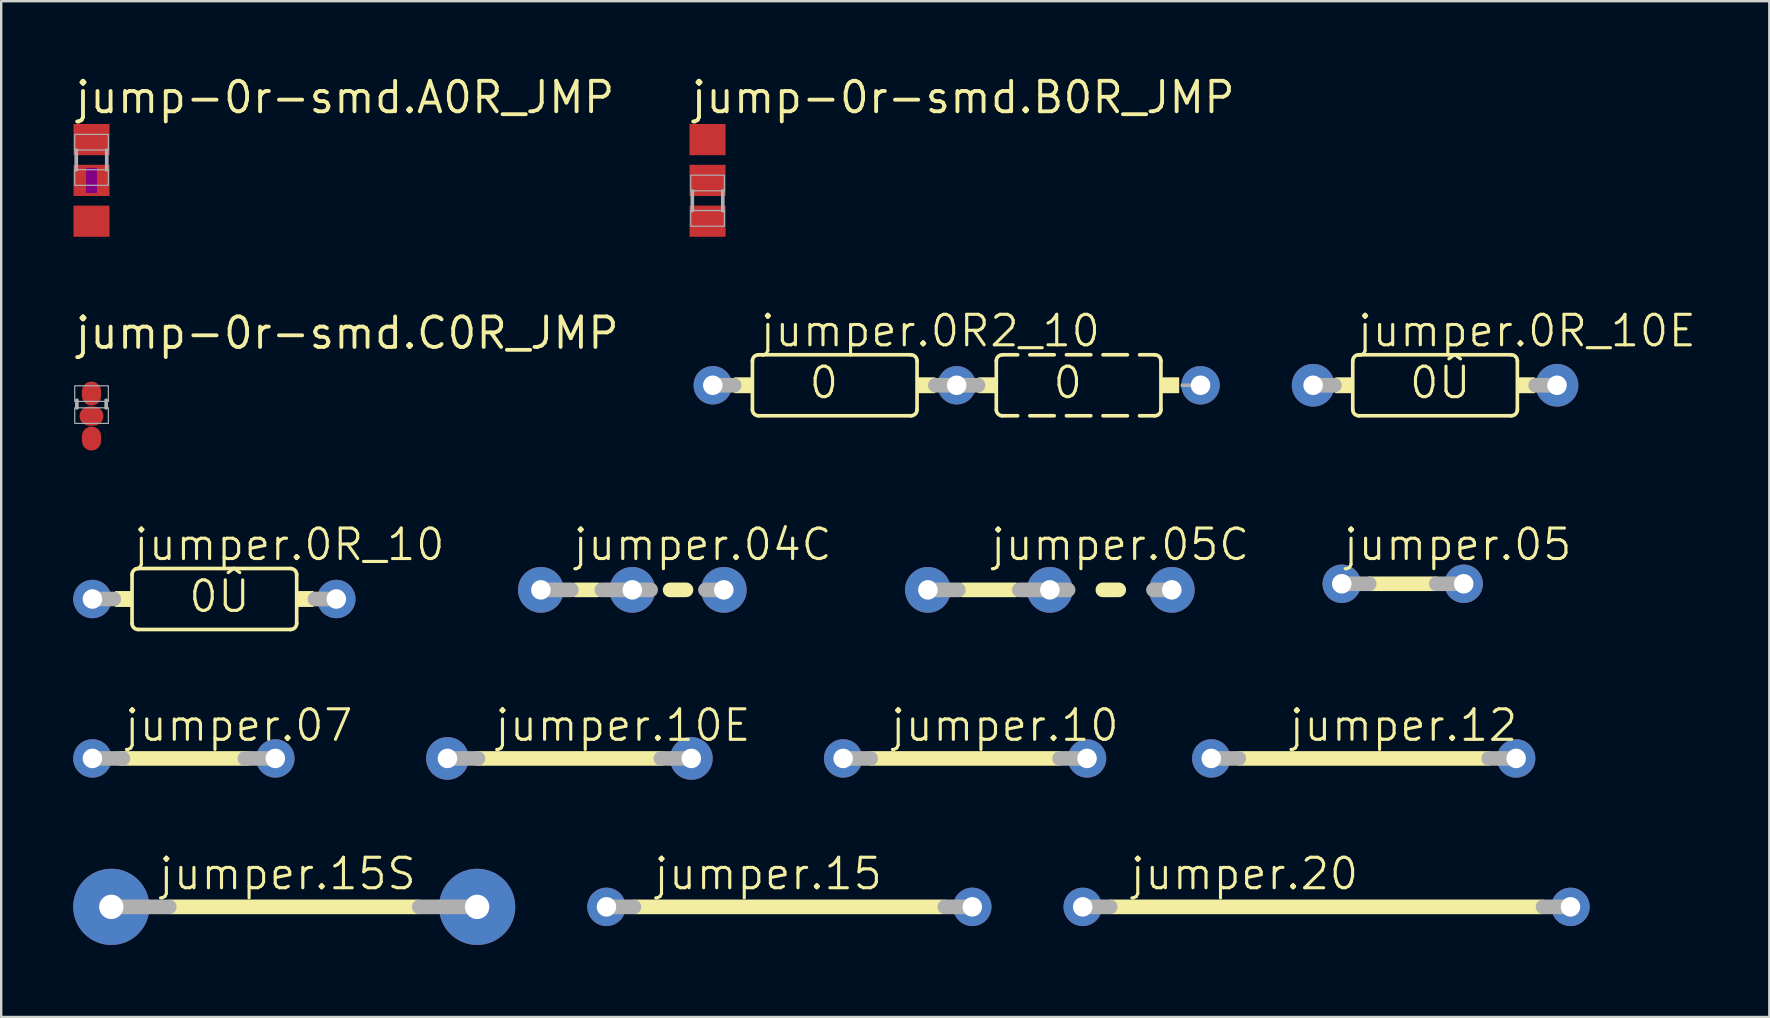
<source format=kicad_pcb>
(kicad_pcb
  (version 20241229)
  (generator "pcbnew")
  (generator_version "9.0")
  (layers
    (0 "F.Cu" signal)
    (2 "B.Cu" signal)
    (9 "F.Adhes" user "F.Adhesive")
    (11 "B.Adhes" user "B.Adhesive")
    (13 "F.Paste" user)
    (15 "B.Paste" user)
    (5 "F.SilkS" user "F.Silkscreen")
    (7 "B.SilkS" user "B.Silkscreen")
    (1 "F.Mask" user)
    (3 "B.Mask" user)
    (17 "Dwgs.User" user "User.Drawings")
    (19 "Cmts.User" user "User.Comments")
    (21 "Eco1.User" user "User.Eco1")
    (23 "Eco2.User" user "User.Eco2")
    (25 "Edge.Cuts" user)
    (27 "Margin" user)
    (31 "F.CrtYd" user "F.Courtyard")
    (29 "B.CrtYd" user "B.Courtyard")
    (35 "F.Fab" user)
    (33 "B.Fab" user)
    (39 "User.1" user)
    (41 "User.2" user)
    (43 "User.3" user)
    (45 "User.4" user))
  (footprint "jump-0r-smd.B0R_JMP"
    (layer "F.Cu")
    (at 26.425 4.466)
    (property "Reference" "jump-0r-smd.B0R_JMP" (at -0.762 -2.716 0) (layer "F.SilkS") (effects (font (size 1.27 1.27) (thickness 0.16)) (justify left bottom)))
    (attr smd)
    (fp_line (start -0.635 0.44) (end -0.635 1.26) (stroke (width 0.152) (type default)) (layer "F.Fab"))
    (fp_line (start 0.635 1.26) (end 0.635 0.44) (stroke (width 0.152) (type default)) (layer "F.Fab"))
    (fp_rect (start -0.699 0.433) (end 0.702 -0.217) (stroke (width 0.05) (type default)) (fill no) (layer "F.Fab"))
    (fp_rect (start -0.699 1.906) (end 0.702 1.256) (stroke (width 0.05) (type default)) (fill no) (layer "F.Fab"))
    (pad "1" smd roundrect (at 0 -1.7 270) (size 1.3 1.5) (layers "F.Cu" "F.Mask" "F.Paste") (roundrect_rratio 0.01))
    (pad "2" smd roundrect (at 0 0 270) (size 1.3 1.5) (layers "F.Cu" "F.Mask" "F.Paste") (roundrect_rratio 0.01))
    (pad "3" smd roundrect (at 0 1.7 270) (size 1.3 1.5) (layers "F.Cu" "F.Mask" "F.Paste") (roundrect_rratio 0.01)))
  (footprint "jumper.04C"
    (layer "F.Cu")
    (at 21.387 21.523)
    (property "Reference" "jumper.04C" (at -0.635 -1.143 0) (layer "F.SilkS") (effects (font (size 1.27 1.27) (thickness 0.13)) (justify left bottom)))
    (attr through_hole)
    (fp_line (start -0.457 0) (end 0.457 0) (stroke (width 0.61) (type default)) (layer "F.SilkS"))
    (fp_line (start 3.48 0) (end 4.14 0) (stroke (width 0.61) (type default)) (layer "F.SilkS"))
    (fp_line (start -1.905 0) (end -0.635 0) (stroke (width 0.61) (type default)) (layer "F.Fab"))
    (fp_line (start 1.905 0) (end 0.635 0) (stroke (width 0.61) (type default)) (layer "F.Fab"))
    (fp_line (start 2.667 0) (end 2.032 0) (stroke (width 0.61) (type default)) (layer "F.Fab"))
    (fp_line (start 5.715 0) (end 4.953 0) (stroke (width 0.61) (type default)) (layer "F.Fab"))
    (pad "1" thru_hole circle (at -1.905 0) (size 1.905 1.905) (drill 0.813) (layers "*.Cu" "*.Mask"))
    (pad "2" thru_hole circle (at 1.905 0) (size 1.905 1.905) (drill 0.813) (layers "*.Cu" "*.Mask"))
    (pad "3" thru_hole circle (at 5.715 0) (size 1.905 1.905) (drill 0.813) (layers "*.Cu" "*.Mask")))
  (footprint "jumper.0R2_10"
    (layer "F.Cu")
    (at 31.724 13)
    (property "Reference" "jumper.0R2_10" (at -3.175 -1.524 0) (layer "F.SilkS") (effects (font (size 1.27 1.27) (thickness 0.13)) (justify left bottom)))
    (attr through_hole)
    (fp_line (start -3.429 -1.016) (end -3.429 1.016) (stroke (width 0.152) (type default)) (layer "F.SilkS"))
    (fp_line (start -3.175 -1.27) (end 3.175 -1.27) (stroke (width 0.152) (type default)) (layer "F.SilkS"))
    (fp_line (start 3.175 1.27) (end -3.175 1.27) (stroke (width 0.152) (type default)) (layer "F.SilkS"))
    (fp_line (start 3.429 -1.016) (end 3.429 1.016) (stroke (width 0.152) (type default)) (layer "F.SilkS"))
    (fp_line (start 6.731 -1.016) (end 6.731 1.016) (stroke (width 0.152) (type default)) (layer "F.SilkS"))
    (fp_line (start 6.985 -1.27) (end 7.62 -1.27) (stroke (width 0.152) (type default)) (layer "F.SilkS"))
    (fp_line (start 6.985 1.27) (end 7.62 1.27) (stroke (width 0.152) (type default)) (layer "F.SilkS"))
    (fp_line (start 9.144 -1.27) (end 8.128 -1.27) (stroke (width 0.152) (type default)) (layer "F.SilkS"))
    (fp_line (start 9.144 1.27) (end 8.128 1.27) (stroke (width 0.152) (type default)) (layer "F.SilkS"))
    (fp_line (start 10.668 -1.27) (end 9.652 -1.27) (stroke (width 0.152) (type default)) (layer "F.SilkS"))
    (fp_line (start 10.668 1.27) (end 9.652 1.27) (stroke (width 0.152) (type default)) (layer "F.SilkS"))
    (fp_line (start 12.192 -1.27) (end 11.176 -1.27) (stroke (width 0.152) (type default)) (layer "F.SilkS"))
    (fp_line (start 12.192 1.27) (end 11.176 1.27) (stroke (width 0.152) (type default)) (layer "F.SilkS"))
    (fp_line (start 13.335 -1.27) (end 12.7 -1.27) (stroke (width 0.152) (type default)) (layer "F.SilkS"))
    (fp_line (start 13.335 1.27) (end 12.7 1.27) (stroke (width 0.152) (type default)) (layer "F.SilkS"))
    (fp_line (start 13.589 -1.016) (end 13.589 1.016) (stroke (width 0.152) (type default)) (layer "F.SilkS"))
    (fp_rect (start -4.166 0.305) (end -3.429 -0.305) (stroke (width 0.05) (type default)) (fill yes) (layer "F.SilkS"))
    (fp_rect (start 3.429 0.305) (end 4.166 -0.305) (stroke (width 0.05) (type default)) (fill yes) (layer "F.SilkS"))
    (fp_rect (start 5.994 0.305) (end 6.731 -0.305) (stroke (width 0.05) (type default)) (fill yes) (layer "F.SilkS"))
    (fp_rect (start 13.589 0.305) (end 14.326 -0.305) (stroke (width 0.05) (type default)) (fill yes) (layer "F.SilkS"))
    (fp_arc (start -3.429 -1.016) (mid -3.354605 -1.195605) (end -3.175 -1.27) (stroke (width 0.1524) (type default)) (layer "F.SilkS"))
    (fp_arc (start -3.175 1.27) (mid -3.354605 1.195605) (end -3.429 1.016) (stroke (width 0.1524) (type default)) (layer "F.SilkS"))
    (fp_arc (start 3.175 -1.27) (mid 3.354605 -1.195605) (end 3.429 -1.016) (stroke (width 0.1524) (type default)) (layer "F.SilkS"))
    (fp_arc (start 3.429 1.016) (mid 3.354605 1.195605) (end 3.175 1.27) (stroke (width 0.1524) (type default)) (layer "F.SilkS"))
    (fp_arc (start 6.731 -1.016) (mid 6.805395 -1.195605) (end 6.985 -1.27) (stroke (width 0.1524) (type default)) (layer "F.SilkS"))
    (fp_arc (start 6.985 1.27) (mid 6.805395 1.195605) (end 6.731 1.016) (stroke (width 0.1524) (type default)) (layer "F.SilkS"))
    (fp_arc (start 13.335 -1.27) (mid 13.514605 -1.195605) (end 13.589 -1.016) (stroke (width 0.1524) (type default)) (layer "F.SilkS"))
    (fp_arc (start 13.589 1.016) (mid 13.514605 1.195605) (end 13.335 1.27) (stroke (width 0.1524) (type default)) (layer "F.SilkS"))
    (fp_line (start -5.08 0) (end -4.191 0) (stroke (width 0.61) (type default)) (layer "F.Fab"))
    (fp_line (start 5.969 0) (end 4.191 0) (stroke (width 0.61) (type default)) (layer "F.Fab"))
    (fp_line (start 15.24 0) (end 14.478 0) (stroke (width 0.152) (type default)) (layer "F.Fab"))
    (fp_text user "0" (at -1.143 0.635 0) (layer "F.SilkS") (effects (font (size 1.27 1.27) (thickness 0.13)) (justify left bottom)))
    (fp_text user "0" (at 9.017 0.635 0) (layer "F.SilkS") (effects (font (size 1.27 1.27) (thickness 0.13)) (justify left bottom)))
    (pad "1" thru_hole circle (at -5.08 0) (size 1.6 1.6) (drill 0.813) (layers "*.Cu" "*.Mask"))
    (pad "2" thru_hole circle (at 5.08 0) (size 1.6 1.6) (drill 0.813) (layers "*.Cu" "*.Mask"))
    (pad "3" thru_hole circle (at 15.24 0) (size 1.6 1.6) (drill 0.813) (layers "*.Cu" "*.Mask")))
  (footprint "jump-0r-smd.A0R_JMP"
    (layer "F.Cu")
    (at 0.762 4.466)
    (property "Reference" "jump-0r-smd.A0R_JMP" (at -0.762 -2.716 0) (layer "F.SilkS") (effects (font (size 1.27 1.27) (thickness 0.16)) (justify left bottom)))
    (attr smd)
    (fp_rect (start -0.2 0.5) (end 0.2 -0.5) (stroke (width 0.05) (type default)) (fill yes) (layer "F.Adhes"))
    (fp_line (start -0.635 -1.26) (end -0.635 -0.44) (stroke (width 0.152) (type default)) (layer "F.Fab"))
    (fp_line (start 0.635 -1.26) (end 0.635 -0.44) (stroke (width 0.152) (type default)) (layer "F.Fab"))
    (fp_rect (start -0.699 -1.267) (end 0.702 -1.917) (stroke (width 0.05) (type default)) (fill no) (layer "F.Fab"))
    (fp_rect (start -0.699 0.206) (end 0.702 -0.444) (stroke (width 0.05) (type default)) (fill no) (layer "F.Fab"))
    (pad "1" smd roundrect (at 0 -1.7 270) (size 1.3 1.5) (layers "F.Cu" "F.Mask" "F.Paste") (roundrect_rratio 0.01))
    (pad "2" smd roundrect (at 0 0 270) (size 1.3 1.5) (layers "F.Cu" "F.Mask" "F.Paste") (roundrect_rratio 0.01))
    (pad "3" smd roundrect (at 0 1.7 270) (size 1.3 1.5) (layers "F.Cu" "F.Mask" "F.Paste") (roundrect_rratio 0.01)))
  (footprint "jumper.05C"
    (layer "F.Cu")
    (at 38.145 21.523)
    (property "Reference" "jumper.05C" (at 0 -1.143 0) (layer "F.SilkS") (effects (font (size 1.27 1.27) (thickness 0.13)) (justify left bottom)))
    (attr through_hole)
    (fp_line (start -1.092 0) (end 1.092 0) (stroke (width 0.61) (type default)) (layer "F.SilkS"))
    (fp_line (start 4.75 0) (end 5.41 0) (stroke (width 0.61) (type default)) (layer "F.SilkS"))
    (fp_line (start -2.54 0) (end -1.27 0) (stroke (width 0.61) (type default)) (layer "F.Fab"))
    (fp_line (start 2.54 0) (end 1.27 0) (stroke (width 0.61) (type default)) (layer "F.Fab"))
    (fp_line (start 3.302 0) (end 2.667 0) (stroke (width 0.61) (type default)) (layer "F.Fab"))
    (fp_line (start 7.62 0) (end 6.858 0) (stroke (width 0.61) (type default)) (layer "F.Fab"))
    (pad "1" thru_hole circle (at -2.54 0) (size 1.905 1.905) (drill 0.813) (layers "*.Cu" "*.Mask"))
    (pad "2" thru_hole circle (at 2.54 0) (size 1.905 1.905) (drill 0.813) (layers "*.Cu" "*.Mask"))
    (pad "3" thru_hole circle (at 7.62 0) (size 1.905 1.905) (drill 0.813) (layers "*.Cu" "*.Mask")))
  (footprint "jumper.10E"
    (layer "F.Cu")
    (at 20.67 28.545)
    (property "Reference" "jumper.10E" (at -3.175 -0.635 0) (layer "F.SilkS") (effects (font (size 1.27 1.27) (thickness 0.13)) (justify left bottom)))
    (attr through_hole)
    (fp_line (start -3.81 0) (end 3.81 0) (stroke (width 0.61) (type default)) (layer "F.SilkS"))
    (fp_line (start -5.08 0) (end -3.81 0) (stroke (width 0.61) (type default)) (layer "F.Fab"))
    (fp_line (start 5.08 0) (end 3.81 0) (stroke (width 0.61) (type default)) (layer "F.Fab"))
    (pad "1" thru_hole circle (at -5.08 0) (size 1.778 1.778) (drill 0.813) (layers "*.Cu" "*.Mask"))
    (pad "2" thru_hole circle (at 5.08 0) (size 1.778 1.778) (drill 0.813) (layers "*.Cu" "*.Mask")))
  (footprint "jumper.05"
    (layer "F.Cu")
    (at 55.386 21.269)
    (property "Reference" "jumper.05" (at -2.54 -0.889 0) (layer "F.SilkS") (effects (font (size 1.27 1.27) (thickness 0.13)) (justify left bottom)))
    (attr through_hole)
    (fp_line (start -1.346 0) (end 1.346 0) (stroke (width 0.61) (type default)) (layer "F.SilkS"))
    (fp_line (start -2.54 0) (end -1.397 0) (stroke (width 0.61) (type default)) (layer "F.Fab"))
    (fp_line (start 2.54 0) (end 1.397 0) (stroke (width 0.61) (type default)) (layer "F.Fab"))
    (pad "1" thru_hole circle (at -2.54 0) (size 1.6 1.6) (drill 0.813) (layers "*.Cu" "*.Mask"))
    (pad "2" thru_hole circle (at 2.54 0) (size 1.6 1.6) (drill 0.813) (layers "*.Cu" "*.Mask")))
  (footprint "jumper.07"
    (layer "F.Cu")
    (at 4.61 28.545)
    (property "Reference" "jumper.07" (at -2.54 -0.635 0) (layer "F.SilkS") (effects (font (size 1.27 1.27) (thickness 0.13)) (justify left bottom)))
    (attr through_hole)
    (fp_line (start -2.616 0) (end 2.616 0) (stroke (width 0.61) (type default)) (layer "F.SilkS"))
    (fp_line (start -3.81 0) (end -2.54 0) (stroke (width 0.61) (type default)) (layer "F.Fab"))
    (fp_line (start 3.81 0) (end 2.54 0) (stroke (width 0.61) (type default)) (layer "F.Fab"))
    (pad "1" thru_hole circle (at -3.81 0) (size 1.6 1.6) (drill 0.813) (layers "*.Cu" "*.Mask"))
    (pad "2" thru_hole circle (at 3.81 0) (size 1.6 1.6) (drill 0.813) (layers "*.Cu" "*.Mask")))
  (footprint "jumper.15"
    (layer "F.Cu")
    (at 29.835 34.729)
    (property "Reference" "jumper.15" (at -5.715 -0.635 0) (layer "F.SilkS") (effects (font (size 1.27 1.27) (thickness 0.13)) (justify left bottom)))
    (attr through_hole)
    (fp_line (start -6.426 0) (end 6.426 0) (stroke (width 0.61) (type default)) (layer "F.SilkS"))
    (fp_line (start -7.62 0) (end -6.477 0) (stroke (width 0.61) (type default)) (layer "F.Fab"))
    (fp_line (start 7.62 0) (end 6.477 0) (stroke (width 0.61) (type default)) (layer "F.Fab"))
    (pad "1" thru_hole circle (at -7.62 0) (size 1.6 1.6) (drill 0.813) (layers "*.Cu" "*.Mask"))
    (pad "2" thru_hole circle (at 7.62 0) (size 1.6 1.6) (drill 0.813) (layers "*.Cu" "*.Mask")))
  (footprint "jump-0r-smd.C0R_JMP"
    (layer "F.Cu")
    (at 0.762 14.282)
    (property "Reference" "jump-0r-smd.C0R_JMP" (at -0.762 -2.716 0) (layer "F.SilkS") (effects (font (size 1.27 1.27) (thickness 0.16)) (justify left bottom)))
    (attr smd)
    (fp_line (start -0.61 -0.66) (end -0.61 -0.34) (stroke (width 0.152) (type default)) (layer "F.Fab"))
    (fp_line (start 0.61 -0.66) (end 0.61 -0.34) (stroke (width 0.152) (type default)) (layer "F.Fab"))
    (fp_rect (start -0.699 -0.609) (end 0.702 -1.259) (stroke (width 0.05) (type default)) (fill no) (layer "F.Fab"))
    (fp_rect (start -0.699 0.306) (end 0.702 -0.344) (stroke (width 0.05) (type default)) (fill no) (layer "F.Fab"))
    (pad "1" smd roundrect (at 0 -0.938) (size 0.8 1) (layers "F.Cu" "F.Mask" "F.Paste") (roundrect_rratio 0.5))
    (pad "2" smd roundrect (at 0 0) (size 1 0.8) (layers "F.Cu" "F.Mask" "F.Paste") (roundrect_rratio 0.5))
    (pad "3" smd roundrect (at 0 0.938) (size 0.8 1) (layers "F.Cu" "F.Mask" "F.Paste") (roundrect_rratio 0.5)))
  (footprint "jumper.10"
    (layer "F.Cu")
    (at 37.155 28.545)
    (property "Reference" "jumper.10" (at -3.175 -0.635 0) (layer "F.SilkS") (effects (font (size 1.27 1.27) (thickness 0.13)) (justify left bottom)))
    (attr through_hole)
    (fp_line (start -3.886 0) (end 3.886 0) (stroke (width 0.61) (type default)) (layer "F.SilkS"))
    (fp_line (start -5.08 0) (end -3.937 0) (stroke (width 0.61) (type default)) (layer "F.Fab"))
    (fp_line (start 5.08 0) (end 3.937 0) (stroke (width 0.61) (type default)) (layer "F.Fab"))
    (pad "1" thru_hole circle (at -5.08 0) (size 1.6 1.6) (drill 0.813) (layers "*.Cu" "*.Mask"))
    (pad "2" thru_hole circle (at 5.08 0) (size 1.6 1.6) (drill 0.813) (layers "*.Cu" "*.Mask")))
  (footprint "jumper.0R_10E"
    (layer "F.Cu")
    (at 56.733 13)
    (property "Reference" "jumper.0R_10E" (at -3.302 -1.524 0) (layer "F.SilkS") (effects (font (size 1.27 1.27) (thickness 0.13)) (justify left bottom)))
    (attr through_hole)
    (fp_line (start -3.429 -1.016) (end -3.429 1.016) (stroke (width 0.152) (type default)) (layer "F.SilkS"))
    (fp_line (start -3.175 -1.27) (end 3.175 -1.27) (stroke (width 0.152) (type default)) (layer "F.SilkS"))
    (fp_line (start 3.175 1.27) (end -3.175 1.27) (stroke (width 0.152) (type default)) (layer "F.SilkS"))
    (fp_line (start 3.429 -1.016) (end 3.429 1.016) (stroke (width 0.152) (type default)) (layer "F.SilkS"))
    (fp_rect (start -4.14 0.305) (end -3.429 -0.305) (stroke (width 0.05) (type default)) (fill yes) (layer "F.SilkS"))
    (fp_rect (start 3.429 0.305) (end 4.14 -0.305) (stroke (width 0.05) (type default)) (fill yes) (layer "F.SilkS"))
    (fp_arc (start -3.429 -1.016) (mid -3.354605 -1.195605) (end -3.175 -1.27) (stroke (width 0.1524) (type default)) (layer "F.SilkS"))
    (fp_arc (start -3.175 1.27) (mid -3.354605 1.195605) (end -3.429 1.016) (stroke (width 0.1524) (type default)) (layer "F.SilkS"))
    (fp_arc (start 3.175 -1.27) (mid 3.354605 -1.195605) (end 3.429 -1.016) (stroke (width 0.1524) (type default)) (layer "F.SilkS"))
    (fp_arc (start 3.429 1.016) (mid 3.354605 1.195605) (end 3.175 1.27) (stroke (width 0.1524) (type default)) (layer "F.SilkS"))
    (fp_line (start -5.08 0) (end -4.191 0) (stroke (width 0.61) (type default)) (layer "F.Fab"))
    (fp_line (start 5.08 0) (end 4.191 0) (stroke (width 0.61) (type default)) (layer "F.Fab"))
    (fp_text user "0Û" (at -1.143 0.635 0) (layer "F.SilkS") (effects (font (size 1.27 1.27) (thickness 0.13)) (justify left bottom)))
    (pad "1" thru_hole circle (at -5.08 0) (size 1.778 1.778) (drill 0.813) (layers "*.Cu" "*.Mask"))
    (pad "2" thru_hole circle (at 5.08 0) (size 1.778 1.778) (drill 0.813) (layers "*.Cu" "*.Mask")))
  (footprint "jumper.20"
    (layer "F.Cu")
    (at 52.215 34.729)
    (property "Reference" "jumper.20" (at -8.255 -0.635 0) (layer "F.SilkS") (effects (font (size 1.27 1.27) (thickness 0.13)) (justify left bottom)))
    (attr through_hole)
    (fp_line (start -8.966 0) (end 8.966 0) (stroke (width 0.61) (type default)) (layer "F.SilkS"))
    (fp_line (start -10.16 0) (end -9.017 0) (stroke (width 0.61) (type default)) (layer "F.Fab"))
    (fp_line (start 10.16 0) (end 9.017 0) (stroke (width 0.61) (type default)) (layer "F.Fab"))
    (pad "1" thru_hole circle (at -10.16 0) (size 1.6 1.6) (drill 0.813) (layers "*.Cu" "*.Mask"))
    (pad "2" thru_hole circle (at 10.16 0) (size 1.6 1.6) (drill 0.813) (layers "*.Cu" "*.Mask")))
  (footprint "jumper.15S"
    (layer "F.Cu")
    (at 9.207 34.729)
    (property "Reference" "jumper.15S" (at -5.715 -0.635 0) (layer "F.SilkS") (effects (font (size 1.27 1.27) (thickness 0.13)) (justify left bottom)))
    (attr through_hole)
    (fp_line (start -5.156 0) (end 5.156 0) (stroke (width 0.61) (type default)) (layer "F.SilkS"))
    (fp_line (start -7.62 0) (end -5.207 0) (stroke (width 0.61) (type default)) (layer "F.Fab"))
    (fp_line (start 7.62 0) (end 5.207 0) (stroke (width 0.61) (type default)) (layer "F.Fab"))
    (pad "1" thru_hole circle (at -7.62 0) (size 3.175 3.175) (drill 1.016) (layers "*.Cu" "*.Mask"))
    (pad "2" thru_hole circle (at 7.62 0) (size 3.175 3.175) (drill 1.016) (layers "*.Cu" "*.Mask")))
  (footprint "jumper.12"
    (layer "F.Cu")
    (at 53.761 28.545)
    (property "Reference" "jumper.12" (at -3.175 -0.635 0) (layer "F.SilkS") (effects (font (size 1.27 1.27) (thickness 0.13)) (justify left bottom)))
    (attr through_hole)
    (fp_line (start -5.156 0) (end 5.156 0) (stroke (width 0.61) (type default)) (layer "F.SilkS"))
    (fp_line (start -6.35 0) (end -5.207 0) (stroke (width 0.61) (type default)) (layer "F.Fab"))
    (fp_line (start 6.35 0) (end 5.207 0) (stroke (width 0.61) (type default)) (layer "F.Fab"))
    (pad "1" thru_hole circle (at -6.35 0) (size 1.6 1.6) (drill 0.813) (layers "*.Cu" "*.Mask"))
    (pad "2" thru_hole circle (at 6.35 0) (size 1.6 1.6) (drill 0.813) (layers "*.Cu" "*.Mask")))
  (footprint "jumper.0R_10"
    (layer "F.Cu")
    (at 5.88 21.904)
    (property "Reference" "jumper.0R_10" (at -3.429 -1.524 0) (layer "F.SilkS") (effects (font (size 1.27 1.27) (thickness 0.13)) (justify left bottom)))
    (attr through_hole)
    (fp_line (start -3.429 -1.016) (end -3.429 1.016) (stroke (width 0.152) (type default)) (layer "F.SilkS"))
    (fp_line (start -3.175 -1.27) (end 3.175 -1.27) (stroke (width 0.152) (type default)) (layer "F.SilkS"))
    (fp_line (start 3.175 1.27) (end -3.175 1.27) (stroke (width 0.152) (type default)) (layer "F.SilkS"))
    (fp_line (start 3.429 -1.016) (end 3.429 1.016) (stroke (width 0.152) (type default)) (layer "F.SilkS"))
    (fp_rect (start -4.115 0.305) (end -3.429 -0.305) (stroke (width 0.05) (type default)) (fill yes) (layer "F.SilkS"))
    (fp_rect (start 3.429 0.305) (end 4.115 -0.305) (stroke (width 0.05) (type default)) (fill yes) (layer "F.SilkS"))
    (fp_arc (start -3.429 -1.016) (mid -3.354605 -1.195605) (end -3.175 -1.27) (stroke (width 0.1524) (type default)) (layer "F.SilkS"))
    (fp_arc (start -3.175 1.27) (mid -3.354605 1.195605) (end -3.429 1.016) (stroke (width 0.1524) (type default)) (layer "F.SilkS"))
    (fp_arc (start 3.175 -1.27) (mid 3.354605 -1.195605) (end 3.429 -1.016) (stroke (width 0.1524) (type default)) (layer "F.SilkS"))
    (fp_arc (start 3.429 1.016) (mid 3.354605 1.195605) (end 3.175 1.27) (stroke (width 0.1524) (type default)) (layer "F.SilkS"))
    (fp_line (start -5.08 0) (end -4.191 0) (stroke (width 0.61) (type default)) (layer "F.Fab"))
    (fp_line (start 5.08 0) (end 4.191 0) (stroke (width 0.61) (type default)) (layer "F.Fab"))
    (fp_text user "0Û" (at -1.143 0.635 0) (layer "F.SilkS") (effects (font (size 1.27 1.27) (thickness 0.13)) (justify left bottom)))
    (pad "1" thru_hole circle (at -5.08 0) (size 1.6 1.6) (drill 0.813) (layers "*.Cu" "*.Mask"))
    (pad "2" thru_hole circle (at 5.08 0) (size 1.6 1.6) (drill 0.813) (layers "*.Cu" "*.Mask")))
  (gr_rect
    (start -3 -3)
    (end 70.658 39.317)
    (stroke (width 0.1) (type default))
    (fill no)
    (layer "Edge.Cuts")))
</source>
